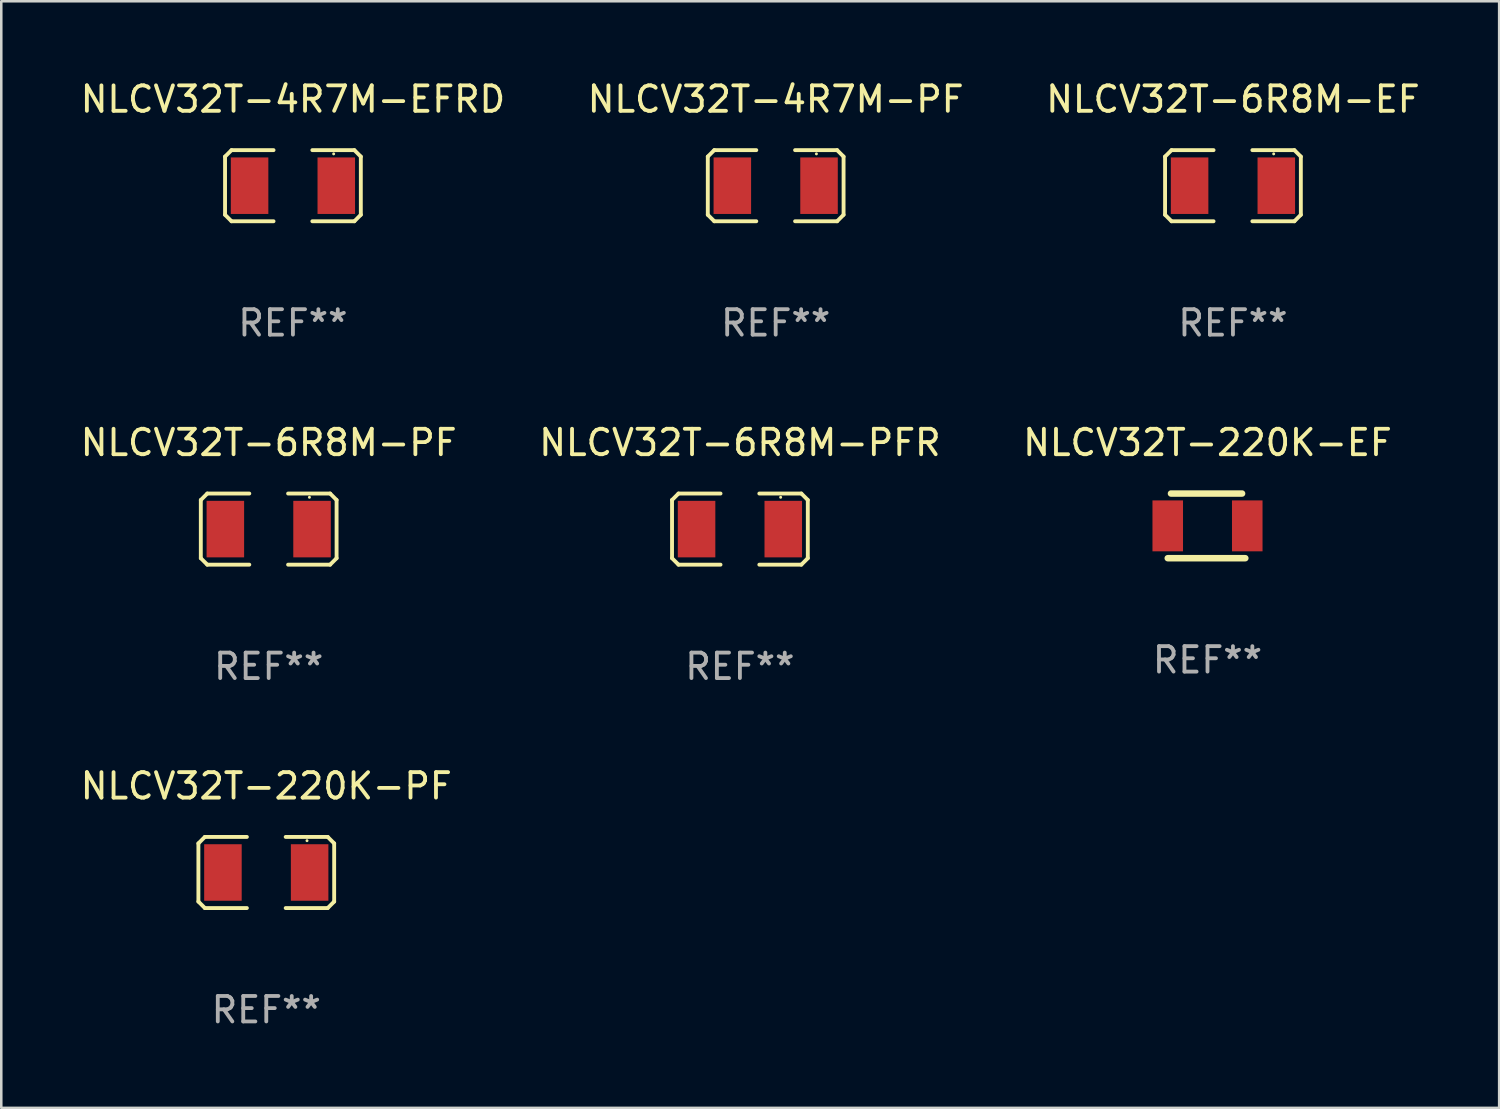
<source format=kicad_pcb>
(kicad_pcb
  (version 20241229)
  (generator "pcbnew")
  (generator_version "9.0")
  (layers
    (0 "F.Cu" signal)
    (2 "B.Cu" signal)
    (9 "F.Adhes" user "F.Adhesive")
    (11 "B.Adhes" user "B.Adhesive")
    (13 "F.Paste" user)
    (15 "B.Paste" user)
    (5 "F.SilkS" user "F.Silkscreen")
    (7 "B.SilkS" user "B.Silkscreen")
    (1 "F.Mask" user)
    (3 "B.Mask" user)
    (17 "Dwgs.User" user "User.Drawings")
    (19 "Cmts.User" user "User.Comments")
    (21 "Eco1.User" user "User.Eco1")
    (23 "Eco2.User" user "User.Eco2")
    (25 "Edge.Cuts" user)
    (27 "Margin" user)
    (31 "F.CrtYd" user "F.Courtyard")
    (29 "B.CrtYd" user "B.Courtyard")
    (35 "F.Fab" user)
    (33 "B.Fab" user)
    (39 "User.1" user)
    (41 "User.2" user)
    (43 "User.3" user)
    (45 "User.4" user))
  (footprint "NLCV32T-6R8M-PFR"
    (layer "F.Cu")
    (at 26.018 17.736)
    (property "Reference" "NLCV32T-6R8M-PFR" (at 0 -3.397 0) (layer "F.SilkS") (effects (font (size 1 1) (thickness 0.15))))
    (attr through_hole)
    (fp_line (start -2.667 -1.143) (end -2.413 -1.397) (stroke (width 0.152) (type solid)) (layer "F.SilkS"))
    (fp_line (start -2.667 1.143) (end -2.667 -1.143) (stroke (width 0.152) (type solid)) (layer "F.SilkS"))
    (fp_line (start -2.413 -1.397) (end -0.762 -1.397) (stroke (width 0.152) (type solid)) (layer "F.SilkS"))
    (fp_line (start -2.413 1.397) (end -2.667 1.143) (stroke (width 0.152) (type solid)) (layer "F.SilkS"))
    (fp_line (start -0.762 1.397) (end -2.413 1.397) (stroke (width 0.152) (type solid)) (layer "F.SilkS"))
    (fp_line (start 0.762 -1.397) (end 2.413 -1.397) (stroke (width 0.152) (type solid)) (layer "F.SilkS"))
    (fp_line (start 2.413 -1.397) (end 2.667 -1.143) (stroke (width 0.152) (type solid)) (layer "F.SilkS"))
    (fp_line (start 2.413 1.397) (end 0.762 1.397) (stroke (width 0.152) (type solid)) (layer "F.SilkS"))
    (fp_line (start 2.667 -1.143) (end 2.667 1.143) (stroke (width 0.152) (type solid)) (layer "F.SilkS"))
    (fp_line (start 2.667 1.143) (end 2.413 1.397) (stroke (width 0.152) (type solid)) (layer "F.SilkS"))
    (fp_circle (center 1.6 -1.25) (end 1.63 -1.25) (stroke (width 0.06) (type solid)) (fill no) (layer "F.SilkS"))
    (fp_text user "REF**" (at 0 5.397 0) (layer "F.Fab") (effects (font (size 1 1) (thickness 0.15))))
    (pad "1" smd rect (at 1.703 0) (size 1.474 2.22) (layers "F.Cu" "F.Mask" "F.Paste"))
    (pad "2" smd rect (at -1.703 0) (size 1.474 2.22) (layers "F.Cu" "F.Mask" "F.Paste")))
  (footprint "NLCV32T-220K-EF"
    (layer "F.Cu")
    (at 44.387 17.609)
    (property "Reference" "NLCV32T-220K-EF" (at 0 -3.27 0) (layer "F.SilkS") (effects (font (size 1 1) (thickness 0.15))))
    (attr through_hole)
    (fp_line (start -1.562 1.27) (end 1.486 1.27) (stroke (width 0.254) (type solid)) (layer "F.SilkS"))
    (fp_line (start -1.435 -1.27) (end 1.359 -1.27) (stroke (width 0.254) (type solid)) (layer "F.SilkS"))
    (fp_circle (center -1.6 1.25) (end -1.57 1.25) (stroke (width 0.06) (type solid)) (fill no) (layer "F.SilkS"))
    (fp_text user "REF**" (at 0 5.27 0) (layer "F.Fab") (effects (font (size 1 1) (thickness 0.15))))
    (pad "1" smd rect (at -1.562 0 180) (size 1.2 2) (layers "F.Cu" "F.Mask" "F.Paste"))
    (pad "2" smd rect (at 1.562 0 180) (size 1.2 2) (layers "F.Cu" "F.Mask" "F.Paste")))
  (footprint "NLCV32T-4R7M-EFRD"
    (layer "F.Cu")
    (at 8.458 4.245)
    (property "Reference" "NLCV32T-4R7M-EFRD" (at 0 -3.397 0) (layer "F.SilkS") (effects (font (size 1 1) (thickness 0.15))))
    (attr through_hole)
    (fp_line (start -2.667 -1.143) (end -2.413 -1.397) (stroke (width 0.152) (type solid)) (layer "F.SilkS"))
    (fp_line (start -2.667 1.143) (end -2.667 -1.143) (stroke (width 0.152) (type solid)) (layer "F.SilkS"))
    (fp_line (start -2.413 -1.397) (end -0.762 -1.397) (stroke (width 0.152) (type solid)) (layer "F.SilkS"))
    (fp_line (start -2.413 1.397) (end -2.667 1.143) (stroke (width 0.152) (type solid)) (layer "F.SilkS"))
    (fp_line (start -0.762 1.397) (end -2.413 1.397) (stroke (width 0.152) (type solid)) (layer "F.SilkS"))
    (fp_line (start 0.762 -1.397) (end 2.413 -1.397) (stroke (width 0.152) (type solid)) (layer "F.SilkS"))
    (fp_line (start 2.413 -1.397) (end 2.667 -1.143) (stroke (width 0.152) (type solid)) (layer "F.SilkS"))
    (fp_line (start 2.413 1.397) (end 0.762 1.397) (stroke (width 0.152) (type solid)) (layer "F.SilkS"))
    (fp_line (start 2.667 -1.143) (end 2.667 1.143) (stroke (width 0.152) (type solid)) (layer "F.SilkS"))
    (fp_line (start 2.667 1.143) (end 2.413 1.397) (stroke (width 0.152) (type solid)) (layer "F.SilkS"))
    (fp_circle (center 1.6 -1.25) (end 1.63 -1.25) (stroke (width 0.06) (type solid)) (fill no) (layer "F.SilkS"))
    (fp_text user "REF**" (at 0 5.397 0) (layer "F.Fab") (effects (font (size 1 1) (thickness 0.15))))
    (pad "1" smd rect (at 1.703 0) (size 1.474 2.22) (layers "F.Cu" "F.Mask" "F.Paste"))
    (pad "2" smd rect (at -1.703 0) (size 1.474 2.22) (layers "F.Cu" "F.Mask" "F.Paste")))
  (footprint "NLCV32T-4R7M-PF"
    (layer "F.Cu")
    (at 27.423 4.245)
    (property "Reference" "NLCV32T-4R7M-PF" (at 0 -3.397 0) (layer "F.SilkS") (effects (font (size 1 1) (thickness 0.15))))
    (attr through_hole)
    (fp_line (start -2.667 -1.143) (end -2.413 -1.397) (stroke (width 0.152) (type solid)) (layer "F.SilkS"))
    (fp_line (start -2.667 1.143) (end -2.667 -1.143) (stroke (width 0.152) (type solid)) (layer "F.SilkS"))
    (fp_line (start -2.413 -1.397) (end -0.762 -1.397) (stroke (width 0.152) (type solid)) (layer "F.SilkS"))
    (fp_line (start -2.413 1.397) (end -2.667 1.143) (stroke (width 0.152) (type solid)) (layer "F.SilkS"))
    (fp_line (start -0.762 1.397) (end -2.413 1.397) (stroke (width 0.152) (type solid)) (layer "F.SilkS"))
    (fp_line (start 0.762 -1.397) (end 2.413 -1.397) (stroke (width 0.152) (type solid)) (layer "F.SilkS"))
    (fp_line (start 2.413 -1.397) (end 2.667 -1.143) (stroke (width 0.152) (type solid)) (layer "F.SilkS"))
    (fp_line (start 2.413 1.397) (end 0.762 1.397) (stroke (width 0.152) (type solid)) (layer "F.SilkS"))
    (fp_line (start 2.667 -1.143) (end 2.667 1.143) (stroke (width 0.152) (type solid)) (layer "F.SilkS"))
    (fp_line (start 2.667 1.143) (end 2.413 1.397) (stroke (width 0.152) (type solid)) (layer "F.SilkS"))
    (fp_circle (center 1.6 -1.25) (end 1.63 -1.25) (stroke (width 0.06) (type solid)) (fill no) (layer "F.SilkS"))
    (fp_text user "REF**" (at 0 5.397 0) (layer "F.Fab") (effects (font (size 1 1) (thickness 0.15))))
    (pad "1" smd rect (at 1.703 0) (size 1.474 2.22) (layers "F.Cu" "F.Mask" "F.Paste"))
    (pad "2" smd rect (at -1.703 0) (size 1.474 2.22) (layers "F.Cu" "F.Mask" "F.Paste")))
  (footprint "NLCV32T-6R8M-EF"
    (layer "F.Cu")
    (at 45.387 4.245)
    (property "Reference" "NLCV32T-6R8M-EF" (at 0 -3.397 0) (layer "F.SilkS") (effects (font (size 1 1) (thickness 0.15))))
    (attr through_hole)
    (fp_line (start -2.667 -1.143) (end -2.413 -1.397) (stroke (width 0.152) (type solid)) (layer "F.SilkS"))
    (fp_line (start -2.667 1.143) (end -2.667 -1.143) (stroke (width 0.152) (type solid)) (layer "F.SilkS"))
    (fp_line (start -2.413 -1.397) (end -0.762 -1.397) (stroke (width 0.152) (type solid)) (layer "F.SilkS"))
    (fp_line (start -2.413 1.397) (end -2.667 1.143) (stroke (width 0.152) (type solid)) (layer "F.SilkS"))
    (fp_line (start -0.762 1.397) (end -2.413 1.397) (stroke (width 0.152) (type solid)) (layer "F.SilkS"))
    (fp_line (start 0.762 -1.397) (end 2.413 -1.397) (stroke (width 0.152) (type solid)) (layer "F.SilkS"))
    (fp_line (start 2.413 -1.397) (end 2.667 -1.143) (stroke (width 0.152) (type solid)) (layer "F.SilkS"))
    (fp_line (start 2.413 1.397) (end 0.762 1.397) (stroke (width 0.152) (type solid)) (layer "F.SilkS"))
    (fp_line (start 2.667 -1.143) (end 2.667 1.143) (stroke (width 0.152) (type solid)) (layer "F.SilkS"))
    (fp_line (start 2.667 1.143) (end 2.413 1.397) (stroke (width 0.152) (type solid)) (layer "F.SilkS"))
    (fp_circle (center 1.6 -1.25) (end 1.63 -1.25) (stroke (width 0.06) (type solid)) (fill no) (layer "F.SilkS"))
    (fp_text user "REF**" (at 0 5.397 0) (layer "F.Fab") (effects (font (size 1 1) (thickness 0.15))))
    (pad "1" smd rect (at 1.703 0) (size 1.474 2.22) (layers "F.Cu" "F.Mask" "F.Paste"))
    (pad "2" smd rect (at -1.703 0) (size 1.474 2.22) (layers "F.Cu" "F.Mask" "F.Paste")))
  (footprint "NLCV32T-6R8M-PF"
    (layer "F.Cu")
    (at 7.506 17.736)
    (property "Reference" "NLCV32T-6R8M-PF" (at 0 -3.397 0) (layer "F.SilkS") (effects (font (size 1 1) (thickness 0.15))))
    (attr through_hole)
    (fp_line (start -2.667 -1.143) (end -2.413 -1.397) (stroke (width 0.152) (type solid)) (layer "F.SilkS"))
    (fp_line (start -2.667 1.143) (end -2.667 -1.143) (stroke (width 0.152) (type solid)) (layer "F.SilkS"))
    (fp_line (start -2.413 -1.397) (end -0.762 -1.397) (stroke (width 0.152) (type solid)) (layer "F.SilkS"))
    (fp_line (start -2.413 1.397) (end -2.667 1.143) (stroke (width 0.152) (type solid)) (layer "F.SilkS"))
    (fp_line (start -0.762 1.397) (end -2.413 1.397) (stroke (width 0.152) (type solid)) (layer "F.SilkS"))
    (fp_line (start 0.762 -1.397) (end 2.413 -1.397) (stroke (width 0.152) (type solid)) (layer "F.SilkS"))
    (fp_line (start 2.413 -1.397) (end 2.667 -1.143) (stroke (width 0.152) (type solid)) (layer "F.SilkS"))
    (fp_line (start 2.413 1.397) (end 0.762 1.397) (stroke (width 0.152) (type solid)) (layer "F.SilkS"))
    (fp_line (start 2.667 -1.143) (end 2.667 1.143) (stroke (width 0.152) (type solid)) (layer "F.SilkS"))
    (fp_line (start 2.667 1.143) (end 2.413 1.397) (stroke (width 0.152) (type solid)) (layer "F.SilkS"))
    (fp_circle (center 1.6 -1.25) (end 1.63 -1.25) (stroke (width 0.06) (type solid)) (fill no) (layer "F.SilkS"))
    (fp_text user "REF**" (at 0 5.397 0) (layer "F.Fab") (effects (font (size 1 1) (thickness 0.15))))
    (pad "1" smd rect (at 1.703 0) (size 1.474 2.22) (layers "F.Cu" "F.Mask" "F.Paste"))
    (pad "2" smd rect (at -1.703 0) (size 1.474 2.22) (layers "F.Cu" "F.Mask" "F.Paste")))
  (footprint "NLCV32T-220K-PF"
    (layer "F.Cu")
    (at 7.411 31.226)
    (property "Reference" "NLCV32T-220K-PF" (at 0 -3.397 0) (layer "F.SilkS") (effects (font (size 1 1) (thickness 0.15))))
    (attr through_hole)
    (fp_line (start -2.667 -1.143) (end -2.413 -1.397) (stroke (width 0.152) (type solid)) (layer "F.SilkS"))
    (fp_line (start -2.667 1.143) (end -2.667 -1.143) (stroke (width 0.152) (type solid)) (layer "F.SilkS"))
    (fp_line (start -2.413 -1.397) (end -0.762 -1.397) (stroke (width 0.152) (type solid)) (layer "F.SilkS"))
    (fp_line (start -2.413 1.397) (end -2.667 1.143) (stroke (width 0.152) (type solid)) (layer "F.SilkS"))
    (fp_line (start -0.762 1.397) (end -2.413 1.397) (stroke (width 0.152) (type solid)) (layer "F.SilkS"))
    (fp_line (start 0.762 -1.397) (end 2.413 -1.397) (stroke (width 0.152) (type solid)) (layer "F.SilkS"))
    (fp_line (start 2.413 -1.397) (end 2.667 -1.143) (stroke (width 0.152) (type solid)) (layer "F.SilkS"))
    (fp_line (start 2.413 1.397) (end 0.762 1.397) (stroke (width 0.152) (type solid)) (layer "F.SilkS"))
    (fp_line (start 2.667 -1.143) (end 2.667 1.143) (stroke (width 0.152) (type solid)) (layer "F.SilkS"))
    (fp_line (start 2.667 1.143) (end 2.413 1.397) (stroke (width 0.152) (type solid)) (layer "F.SilkS"))
    (fp_circle (center 1.6 -1.25) (end 1.63 -1.25) (stroke (width 0.06) (type solid)) (fill no) (layer "F.SilkS"))
    (fp_text user "REF**" (at 0 5.397 0) (layer "F.Fab") (effects (font (size 1 1) (thickness 0.15))))
    (pad "1" smd rect (at 1.703 0) (size 1.474 2.22) (layers "F.Cu" "F.Mask" "F.Paste"))
    (pad "2" smd rect (at -1.703 0) (size 1.474 2.22) (layers "F.Cu" "F.Mask" "F.Paste")))
  (gr_rect
    (start -3 -3)
    (end 55.845 40.472)
    (stroke (width 0.1) (type default))
    (fill no)
    (layer "Edge.Cuts")))
</source>
